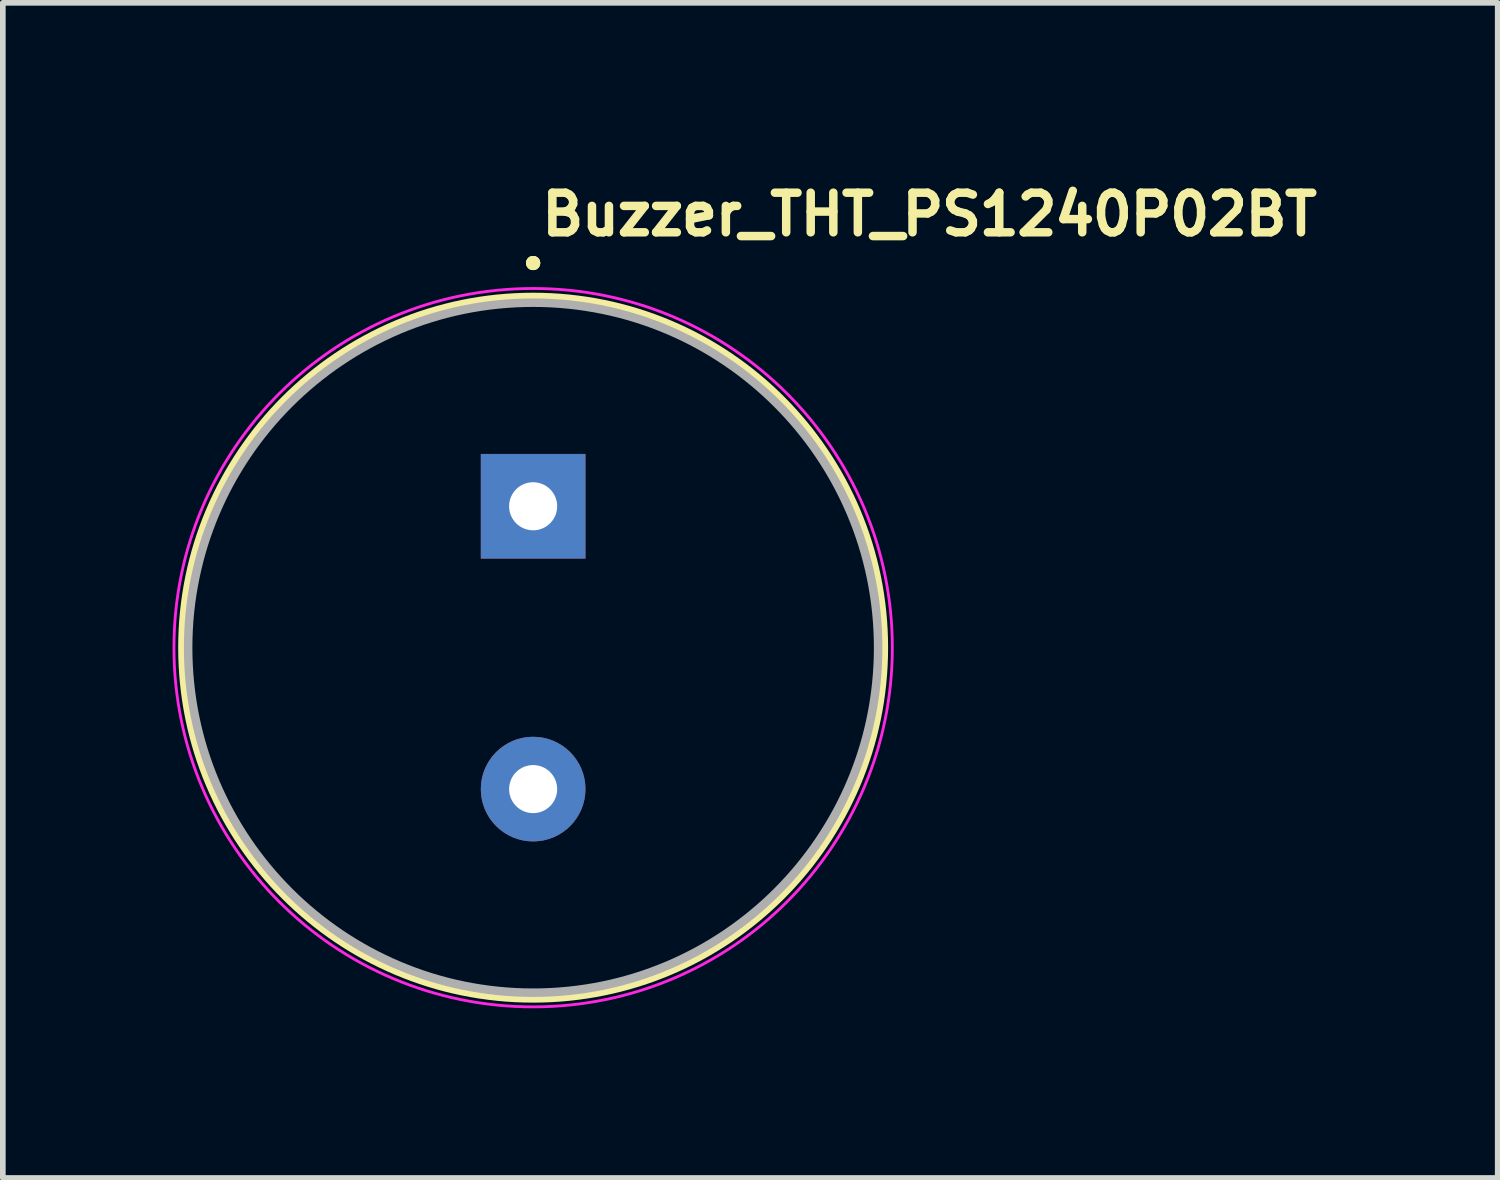
<source format=kicad_pcb>
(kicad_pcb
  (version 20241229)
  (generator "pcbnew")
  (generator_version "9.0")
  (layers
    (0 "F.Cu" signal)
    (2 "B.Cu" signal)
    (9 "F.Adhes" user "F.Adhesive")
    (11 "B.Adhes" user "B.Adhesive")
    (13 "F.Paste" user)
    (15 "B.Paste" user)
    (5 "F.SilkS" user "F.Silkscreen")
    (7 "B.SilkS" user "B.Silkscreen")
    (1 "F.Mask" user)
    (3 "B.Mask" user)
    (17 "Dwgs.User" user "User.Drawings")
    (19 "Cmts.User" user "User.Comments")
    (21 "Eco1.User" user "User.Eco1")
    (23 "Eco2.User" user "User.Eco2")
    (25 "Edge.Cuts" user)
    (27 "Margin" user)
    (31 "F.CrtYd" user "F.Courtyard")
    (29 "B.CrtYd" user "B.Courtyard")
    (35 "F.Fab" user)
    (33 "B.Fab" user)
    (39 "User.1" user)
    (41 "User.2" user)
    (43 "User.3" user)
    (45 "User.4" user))
  (footprint "Buzzer_THT_PS1240P02BT"
    (layer "F.Cu")
    (at 6.375 5.9)
    (property "Reference" "Buzzer_THT_PS1240P02BT" (at 0.075 -4.75 0) (layer "F.SilkS") (effects (font (size 0.7 0.7) (thickness 0.15)) (justify left bottom)))
    (attr through_hole)
    (fp_circle (center 0 -4.3) (end 0.05 -4.3) (stroke (width 0.15) (type solid)) (fill yes) (layer "F.SilkS"))
    (fp_circle (center 0 -4.3) (end 0.05 -4.3) (stroke (width 0.15) (type solid)) (fill yes) (layer "F.SilkS"))
    (fp_circle (center 0 -4.3) (end 0.05 -4.3) (stroke (width 0.15) (type solid)) (fill yes) (layer "F.SilkS"))
    (fp_circle (center 0 2.5) (end 6.2 2.5) (stroke (width 0.15) (type solid)) (fill no) (layer "F.SilkS"))
    (fp_circle (center 0 2.5) (end 6.35 2.5) (stroke (width 0.05) (type solid)) (fill no) (layer "F.CrtYd"))
    (fp_circle (center 0 2.5) (end 6.099 2.5) (stroke (width 0.15) (type solid)) (fill no) (layer "F.Fab"))
    (fp_rect (start -6.099 -3.6) (end 6.099 8.6) (stroke (width 0.1) (type solid)) (fill no) (layer "User.5"))
    (fp_line (start -6.099 2.5) (end -6.099 2.5) (stroke (width 0.02) (type solid)) (layer "User.9"))
    (fp_line (start -6.099 2.5) (end -6.091 2.813) (stroke (width 0.02) (type solid)) (layer "User.9"))
    (fp_line (start -6.091 2.186) (end -6.099 2.5) (stroke (width 0.02) (type solid)) (layer "User.9"))
    (fp_line (start -6.091 2.813) (end -6.067 3.123) (stroke (width 0.02) (type solid)) (layer "User.9"))
    (fp_line (start -6.067 1.875) (end -6.091 2.186) (stroke (width 0.02) (type solid)) (layer "User.9"))
    (fp_line (start -6.067 3.123) (end -6.029 3.428) (stroke (width 0.02) (type solid)) (layer "User.9"))
    (fp_line (start -6.029 1.571) (end -6.067 1.875) (stroke (width 0.02) (type solid)) (layer "User.9"))
    (fp_line (start -6.029 3.428) (end -5.976 3.729) (stroke (width 0.02) (type solid)) (layer "User.9"))
    (fp_line (start -5.976 1.27) (end -6.029 1.571) (stroke (width 0.02) (type solid)) (layer "User.9"))
    (fp_line (start -5.976 3.729) (end -5.907 4.024) (stroke (width 0.02) (type solid)) (layer "User.9"))
    (fp_line (start -5.907 0.975) (end -5.976 1.27) (stroke (width 0.02) (type solid)) (layer "User.9"))
    (fp_line (start -5.907 4.024) (end -5.825 4.313) (stroke (width 0.02) (type solid)) (layer "User.9"))
    (fp_line (start -5.825 0.686) (end -5.907 0.975) (stroke (width 0.02) (type solid)) (layer "User.9"))
    (fp_line (start -5.825 4.313) (end -5.729 4.597) (stroke (width 0.02) (type solid)) (layer "User.9"))
    (fp_line (start -5.729 0.402) (end -5.825 0.686) (stroke (width 0.02) (type solid)) (layer "User.9"))
    (fp_line (start -5.729 4.597) (end -5.62 4.874) (stroke (width 0.02) (type solid)) (layer "User.9"))
    (fp_line (start -5.62 0.125) (end -5.729 0.402) (stroke (width 0.02) (type solid)) (layer "User.9"))
    (fp_line (start -5.62 4.874) (end -5.498 5.144) (stroke (width 0.02) (type solid)) (layer "User.9"))
    (fp_line (start -5.498 -0.144) (end -5.62 0.125) (stroke (width 0.02) (type solid)) (layer "User.9"))
    (fp_line (start -5.498 5.144) (end -5.363 5.407) (stroke (width 0.02) (type solid)) (layer "User.9"))
    (fp_line (start -5.363 -0.406) (end -5.498 -0.144) (stroke (width 0.02) (type solid)) (layer "User.9"))
    (fp_line (start -5.363 5.407) (end -5.216 5.663) (stroke (width 0.02) (type solid)) (layer "User.9"))
    (fp_line (start -5.216 -0.663) (end -5.363 -0.406) (stroke (width 0.02) (type solid)) (layer "User.9"))
    (fp_line (start -5.216 5.663) (end -5.058 5.91) (stroke (width 0.02) (type solid)) (layer "User.9"))
    (fp_line (start -5.058 -0.91) (end -5.216 -0.663) (stroke (width 0.02) (type solid)) (layer "User.9"))
    (fp_line (start -5.058 5.91) (end -4.888 6.149) (stroke (width 0.02) (type solid)) (layer "User.9"))
    (fp_line (start -4.888 -1.149) (end -5.058 -0.91) (stroke (width 0.02) (type solid)) (layer "User.9"))
    (fp_line (start -4.888 6.149) (end -4.707 6.38) (stroke (width 0.02) (type solid)) (layer "User.9"))
    (fp_line (start -4.707 -1.379) (end -4.888 -1.149) (stroke (width 0.02) (type solid)) (layer "User.9"))
    (fp_line (start -4.707 6.38) (end -4.515 6.601) (stroke (width 0.02) (type solid)) (layer "User.9"))
    (fp_line (start -4.515 -1.601) (end -4.707 -1.379) (stroke (width 0.02) (type solid)) (layer "User.9"))
    (fp_line (start -4.515 6.601) (end -4.313 6.813) (stroke (width 0.02) (type solid)) (layer "User.9"))
    (fp_line (start -4.313 -1.813) (end -4.515 -1.601) (stroke (width 0.02) (type solid)) (layer "User.9"))
    (fp_line (start -4.313 6.813) (end -4.101 7.014) (stroke (width 0.02) (type solid)) (layer "User.9"))
    (fp_line (start -4.101 -2.015) (end -4.313 -1.813) (stroke (width 0.02) (type solid)) (layer "User.9"))
    (fp_line (start -4.101 7.014) (end -3.88 7.207) (stroke (width 0.02) (type solid)) (layer "User.9"))
    (fp_line (start -3.88 -2.207) (end -4.101 -2.015) (stroke (width 0.02) (type solid)) (layer "User.9"))
    (fp_line (start -3.88 7.207) (end -3.649 7.388) (stroke (width 0.02) (type solid)) (layer "User.9"))
    (fp_line (start -3.649 -2.388) (end -3.88 -2.207) (stroke (width 0.02) (type solid)) (layer "User.9"))
    (fp_line (start -3.649 7.388) (end -3.41 7.558) (stroke (width 0.02) (type solid)) (layer "User.9"))
    (fp_line (start -3.41 -2.558) (end -3.649 -2.388) (stroke (width 0.02) (type solid)) (layer "User.9"))
    (fp_line (start -3.41 7.558) (end -3.162 7.716) (stroke (width 0.02) (type solid)) (layer "User.9"))
    (fp_line (start -3.162 -2.716) (end -3.41 -2.558) (stroke (width 0.02) (type solid)) (layer "User.9"))
    (fp_line (start -3.162 7.716) (end -2.907 7.863) (stroke (width 0.02) (type solid)) (layer "User.9"))
    (fp_line (start -2.907 -2.863) (end -3.162 -2.716) (stroke (width 0.02) (type solid)) (layer "User.9"))
    (fp_line (start -2.907 7.863) (end -2.644 7.998) (stroke (width 0.02) (type solid)) (layer "User.9"))
    (fp_line (start -2.644 -2.998) (end -2.907 -2.863) (stroke (width 0.02) (type solid)) (layer "User.9"))
    (fp_line (start -2.644 7.998) (end -2.374 8.119) (stroke (width 0.02) (type solid)) (layer "User.9"))
    (fp_line (start -2.374 -3.12) (end -2.644 -2.998) (stroke (width 0.02) (type solid)) (layer "User.9"))
    (fp_line (start -2.374 8.119) (end -2.097 8.228) (stroke (width 0.02) (type solid)) (layer "User.9"))
    (fp_line (start -2.097 -3.229) (end -2.374 -3.12) (stroke (width 0.02) (type solid)) (layer "User.9"))
    (fp_line (start -2.097 8.228) (end -1.813 8.325) (stroke (width 0.02) (type solid)) (layer "User.9"))
    (fp_line (start -1.813 -3.325) (end -2.097 -3.229) (stroke (width 0.02) (type solid)) (layer "User.9"))
    (fp_line (start -1.813 8.325) (end -1.524 8.407) (stroke (width 0.02) (type solid)) (layer "User.9"))
    (fp_line (start -1.524 -3.407) (end -1.813 -3.325) (stroke (width 0.02) (type solid)) (layer "User.9"))
    (fp_line (start -1.524 8.407) (end -1.229 8.476) (stroke (width 0.02) (type solid)) (layer "User.9"))
    (fp_line (start -1.25 2.5) (end -1.25 2.5) (stroke (width 0.02) (type solid)) (layer "User.9"))
    (fp_line (start -1.25 2.5) (end -1.248 2.564) (stroke (width 0.02) (type solid)) (layer "User.9"))
    (fp_line (start -1.248 2.435) (end -1.25 2.5) (stroke (width 0.02) (type solid)) (layer "User.9"))
    (fp_line (start -1.248 2.564) (end -1.243 2.626) (stroke (width 0.02) (type solid)) (layer "User.9"))
    (fp_line (start -1.243 2.372) (end -1.248 2.435) (stroke (width 0.02) (type solid)) (layer "User.9"))
    (fp_line (start -1.243 2.626) (end -1.235 2.69) (stroke (width 0.02) (type solid)) (layer "User.9"))
    (fp_line (start -1.235 2.309) (end -1.243 2.372) (stroke (width 0.02) (type solid)) (layer "User.9"))
    (fp_line (start -1.235 2.69) (end -1.224 2.751) (stroke (width 0.02) (type solid)) (layer "User.9"))
    (fp_line (start -1.229 -3.476) (end -1.524 -3.407) (stroke (width 0.02) (type solid)) (layer "User.9"))
    (fp_line (start -1.229 8.476) (end -0.928 8.529) (stroke (width 0.02) (type solid)) (layer "User.9"))
    (fp_line (start -1.224 2.248) (end -1.235 2.309) (stroke (width 0.02) (type solid)) (layer "User.9"))
    (fp_line (start -1.224 2.751) (end -1.21 2.812) (stroke (width 0.02) (type solid)) (layer "User.9"))
    (fp_line (start -1.21 2.187) (end -1.224 2.248) (stroke (width 0.02) (type solid)) (layer "User.9"))
    (fp_line (start -1.21 2.812) (end -1.193 2.871) (stroke (width 0.02) (type solid)) (layer "User.9"))
    (fp_line (start -1.193 2.128) (end -1.21 2.187) (stroke (width 0.02) (type solid)) (layer "User.9"))
    (fp_line (start -1.193 2.871) (end -1.174 2.928) (stroke (width 0.02) (type solid)) (layer "User.9"))
    (fp_line (start -1.174 2.07) (end -1.193 2.128) (stroke (width 0.02) (type solid)) (layer "User.9"))
    (fp_line (start -1.174 2.928) (end -1.151 2.986) (stroke (width 0.02) (type solid)) (layer "User.9"))
    (fp_line (start -1.151 2.012) (end -1.174 2.07) (stroke (width 0.02) (type solid)) (layer "User.9"))
    (fp_line (start -1.151 2.986) (end -1.125 3.041) (stroke (width 0.02) (type solid)) (layer "User.9"))
    (fp_line (start -1.125 1.958) (end -1.151 2.012) (stroke (width 0.02) (type solid)) (layer "User.9"))
    (fp_line (start -1.125 3.041) (end -1.099 3.095) (stroke (width 0.02) (type solid)) (layer "User.9"))
    (fp_line (start -1.099 1.903) (end -1.125 1.958) (stroke (width 0.02) (type solid)) (layer "User.9"))
    (fp_line (start -1.099 3.095) (end -1.069 3.148) (stroke (width 0.02) (type solid)) (layer "User.9"))
    (fp_line (start -1.069 1.851) (end -1.099 1.903) (stroke (width 0.02) (type solid)) (layer "User.9"))
    (fp_line (start -1.069 3.148) (end -1.036 3.198) (stroke (width 0.02) (type solid)) (layer "User.9"))
    (fp_line (start -1.036 1.801) (end -1.069 1.851) (stroke (width 0.02) (type solid)) (layer "User.9"))
    (fp_line (start -1.036 3.198) (end -1 3.247) (stroke (width 0.02) (type solid)) (layer "User.9"))
    (fp_line (start -1 1.752) (end -1.036 1.801) (stroke (width 0.02) (type solid)) (layer "User.9"))
    (fp_line (start -1 3.247) (end -0.964 3.295) (stroke (width 0.02) (type solid)) (layer "User.9"))
    (fp_line (start -0.964 1.704) (end -1 1.752) (stroke (width 0.02) (type solid)) (layer "User.9"))
    (fp_line (start -0.964 3.295) (end -0.925 3.34) (stroke (width 0.02) (type solid)) (layer "User.9"))
    (fp_line (start -0.928 -3.529) (end -1.229 -3.476) (stroke (width 0.02) (type solid)) (layer "User.9"))
    (fp_line (start -0.928 8.529) (end -0.623 8.568) (stroke (width 0.02) (type solid)) (layer "User.9"))
    (fp_line (start -0.925 1.659) (end -0.964 1.704) (stroke (width 0.02) (type solid)) (layer "User.9"))
    (fp_line (start -0.925 3.34) (end -0.883 3.383) (stroke (width 0.02) (type solid)) (layer "User.9"))
    (fp_line (start -0.883 1.616) (end -0.925 1.659) (stroke (width 0.02) (type solid)) (layer "User.9"))
    (fp_line (start -0.883 3.383) (end -0.84 3.424) (stroke (width 0.02) (type solid)) (layer "User.9"))
    (fp_line (start -0.84 1.574) (end -0.883 1.616) (stroke (width 0.02) (type solid)) (layer "User.9"))
    (fp_line (start -0.84 3.424) (end -0.795 3.464) (stroke (width 0.02) (type solid)) (layer "User.9"))
    (fp_line (start -0.795 1.535) (end -0.84 1.574) (stroke (width 0.02) (type solid)) (layer "User.9"))
    (fp_line (start -0.795 3.464) (end -0.747 3.501) (stroke (width 0.02) (type solid)) (layer "User.9"))
    (fp_line (start -0.747 1.498) (end -0.795 1.535) (stroke (width 0.02) (type solid)) (layer "User.9"))
    (fp_line (start -0.747 3.501) (end -0.697 3.536) (stroke (width 0.02) (type solid)) (layer "User.9"))
    (fp_line (start -0.697 1.463) (end -0.747 1.498) (stroke (width 0.02) (type solid)) (layer "User.9"))
    (fp_line (start -0.697 3.536) (end -0.648 3.569) (stroke (width 0.02) (type solid)) (layer "User.9"))
    (fp_line (start -0.648 1.43) (end -0.697 1.463) (stroke (width 0.02) (type solid)) (layer "User.9"))
    (fp_line (start -0.648 3.569) (end -0.595 3.599) (stroke (width 0.02) (type solid)) (layer "User.9"))
    (fp_line (start -0.623 -3.568) (end -0.928 -3.529) (stroke (width 0.02) (type solid)) (layer "User.9"))
    (fp_line (start -0.623 8.568) (end -0.313 8.592) (stroke (width 0.02) (type solid)) (layer "User.9"))
    (fp_line (start -0.595 1.399) (end -0.648 1.43) (stroke (width 0.02) (type solid)) (layer "User.9"))
    (fp_line (start -0.595 3.599) (end -0.541 3.626) (stroke (width 0.02) (type solid)) (layer "User.9"))
    (fp_line (start -0.541 1.373) (end -0.595 1.399) (stroke (width 0.02) (type solid)) (layer "User.9"))
    (fp_line (start -0.541 3.626) (end -0.486 3.65) (stroke (width 0.02) (type solid)) (layer "User.9"))
    (fp_line (start -0.486 1.348) (end -0.541 1.373) (stroke (width 0.02) (type solid)) (layer "User.9"))
    (fp_line (start -0.486 3.65) (end -0.429 3.674) (stroke (width 0.02) (type solid)) (layer "User.9"))
    (fp_line (start -0.429 1.325) (end -0.486 1.348) (stroke (width 0.02) (type solid)) (layer "User.9"))
    (fp_line (start -0.429 3.674) (end -0.371 3.693) (stroke (width 0.02) (type solid)) (layer "User.9"))
    (fp_line (start -0.371 1.306) (end -0.429 1.325) (stroke (width 0.02) (type solid)) (layer "User.9"))
    (fp_line (start -0.371 3.693) (end -0.312 3.71) (stroke (width 0.02) (type solid)) (layer "User.9"))
    (fp_line (start -0.313 -3.592) (end -0.623 -3.568) (stroke (width 0.02) (type solid)) (layer "User.9"))
    (fp_line (start -0.313 8.592) (end 0 8.6) (stroke (width 0.02) (type solid)) (layer "User.9"))
    (fp_line (start -0.312 1.289) (end -0.371 1.306) (stroke (width 0.02) (type solid)) (layer "User.9"))
    (fp_line (start -0.312 3.71) (end -0.251 3.724) (stroke (width 0.02) (type solid)) (layer "User.9"))
    (fp_line (start -0.251 1.274) (end -0.312 1.289) (stroke (width 0.02) (type solid)) (layer "User.9"))
    (fp_line (start -0.251 3.724) (end -0.19 3.735) (stroke (width 0.02) (type solid)) (layer "User.9"))
    (fp_line (start -0.25 2.5) (end -0.25 2.5) (stroke (width 0.02) (type solid)) (layer "User.9"))
    (fp_line (start -0.25 2.5) (end -0.249 2.512) (stroke (width 0.02) (type solid)) (layer "User.9"))
    (fp_line (start -0.249 2.487) (end -0.25 2.5) (stroke (width 0.02) (type solid)) (layer "User.9"))
    (fp_line (start -0.249 2.512) (end -0.248 2.525) (stroke (width 0.02) (type solid)) (layer "User.9"))
    (fp_line (start -0.248 2.474) (end -0.249 2.487) (stroke (width 0.02) (type solid)) (layer "User.9"))
    (fp_line (start -0.248 2.525) (end -0.247 2.537) (stroke (width 0.02) (type solid)) (layer "User.9"))
    (fp_line (start -0.247 2.461) (end -0.248 2.474) (stroke (width 0.02) (type solid)) (layer "User.9"))
    (fp_line (start -0.247 2.537) (end -0.244 2.549) (stroke (width 0.02) (type solid)) (layer "User.9"))
    (fp_line (start -0.244 2.449) (end -0.247 2.461) (stroke (width 0.02) (type solid)) (layer "User.9"))
    (fp_line (start -0.244 2.549) (end -0.242 2.562) (stroke (width 0.02) (type solid)) (layer "User.9"))
    (fp_line (start -0.242 2.437) (end -0.244 2.449) (stroke (width 0.02) (type solid)) (layer "User.9"))
    (fp_line (start -0.242 2.562) (end -0.237 2.574) (stroke (width 0.02) (type solid)) (layer "User.9"))
    (fp_line (start -0.237 2.424) (end -0.242 2.437) (stroke (width 0.02) (type solid)) (layer "User.9"))
    (fp_line (start -0.237 2.574) (end -0.234 2.585) (stroke (width 0.02) (type solid)) (layer "User.9"))
    (fp_line (start -0.234 2.414) (end -0.237 2.424) (stroke (width 0.02) (type solid)) (layer "User.9"))
    (fp_line (start -0.234 2.585) (end -0.23 2.597) (stroke (width 0.02) (type solid)) (layer "User.9"))
    (fp_line (start -0.23 2.402) (end -0.234 2.414) (stroke (width 0.02) (type solid)) (layer "User.9"))
    (fp_line (start -0.23 2.597) (end -0.225 2.608) (stroke (width 0.02) (type solid)) (layer "User.9"))
    (fp_line (start -0.225 2.391) (end -0.23 2.402) (stroke (width 0.02) (type solid)) (layer "User.9"))
    (fp_line (start -0.225 2.608) (end -0.219 2.619) (stroke (width 0.02) (type solid)) (layer "User.9"))
    (fp_line (start -0.219 2.38) (end -0.225 2.391) (stroke (width 0.02) (type solid)) (layer "User.9"))
    (fp_line (start -0.219 2.619) (end -0.213 2.629) (stroke (width 0.02) (type solid)) (layer "User.9"))
    (fp_line (start -0.213 2.37) (end -0.219 2.38) (stroke (width 0.02) (type solid)) (layer "User.9"))
    (fp_line (start -0.213 2.629) (end -0.206 2.638) (stroke (width 0.02) (type solid)) (layer "User.9"))
    (fp_line (start -0.206 2.36) (end -0.213 2.37) (stroke (width 0.02) (type solid)) (layer "User.9"))
    (fp_line (start -0.206 2.638) (end -0.2 2.649) (stroke (width 0.02) (type solid)) (layer "User.9"))
    (fp_line (start -0.2 2.35) (end -0.206 2.36) (stroke (width 0.02) (type solid)) (layer "User.9"))
    (fp_line (start -0.2 2.649) (end -0.192 2.658) (stroke (width 0.02) (type solid)) (layer "User.9"))
    (fp_line (start -0.192 2.34) (end -0.2 2.35) (stroke (width 0.02) (type solid)) (layer "User.9"))
    (fp_line (start -0.192 2.658) (end -0.185 2.668) (stroke (width 0.02) (type solid)) (layer "User.9"))
    (fp_line (start -0.19 1.264) (end -0.251 1.274) (stroke (width 0.02) (type solid)) (layer "User.9"))
    (fp_line (start -0.19 3.735) (end -0.127 3.743) (stroke (width 0.02) (type solid)) (layer "User.9"))
    (fp_line (start -0.185 2.331) (end -0.192 2.34) (stroke (width 0.02) (type solid)) (layer "User.9"))
    (fp_line (start -0.185 2.668) (end -0.176 2.676) (stroke (width 0.02) (type solid)) (layer "User.9"))
    (fp_line (start -0.176 2.323) (end -0.185 2.331) (stroke (width 0.02) (type solid)) (layer "User.9"))
    (fp_line (start -0.176 2.676) (end -0.168 2.685) (stroke (width 0.02) (type solid)) (layer "User.9"))
    (fp_line (start -0.168 2.314) (end -0.176 2.323) (stroke (width 0.02) (type solid)) (layer "User.9"))
    (fp_line (start -0.168 2.685) (end -0.159 2.692) (stroke (width 0.02) (type solid)) (layer "User.9"))
    (fp_line (start -0.159 2.307) (end -0.168 2.314) (stroke (width 0.02) (type solid)) (layer "User.9"))
    (fp_line (start -0.159 2.692) (end -0.149 2.7) (stroke (width 0.02) (type solid)) (layer "User.9"))
    (fp_line (start -0.149 2.299) (end -0.159 2.307) (stroke (width 0.02) (type solid)) (layer "User.9"))
    (fp_line (start -0.149 2.7) (end -0.139 2.707) (stroke (width 0.02) (type solid)) (layer "User.9"))
    (fp_line (start -0.139 2.291) (end -0.149 2.299) (stroke (width 0.02) (type solid)) (layer "User.9"))
    (fp_line (start -0.139 2.707) (end -0.129 2.713) (stroke (width 0.02) (type solid)) (layer "User.9"))
    (fp_line (start -0.129 2.286) (end -0.139 2.291) (stroke (width 0.02) (type solid)) (layer "User.9"))
    (fp_line (start -0.129 2.713) (end -0.118 2.719) (stroke (width 0.02) (type solid)) (layer "User.9"))
    (fp_line (start -0.127 1.256) (end -0.19 1.264) (stroke (width 0.02) (type solid)) (layer "User.9"))
    (fp_line (start -0.127 3.743) (end -0.064 3.748) (stroke (width 0.02) (type solid)) (layer "User.9"))
    (fp_line (start -0.118 2.279) (end -0.129 2.286) (stroke (width 0.02) (type solid)) (layer "User.9"))
    (fp_line (start -0.118 2.719) (end -0.108 2.725) (stroke (width 0.02) (type solid)) (layer "User.9"))
    (fp_line (start -0.108 2.274) (end -0.118 2.279) (stroke (width 0.02) (type solid)) (layer "User.9"))
    (fp_line (start -0.108 2.725) (end -0.097 2.73) (stroke (width 0.02) (type solid)) (layer "User.9"))
    (fp_line (start -0.097 2.269) (end -0.108 2.274) (stroke (width 0.02) (type solid)) (layer "User.9"))
    (fp_line (start -0.097 2.73) (end -0.085 2.734) (stroke (width 0.02) (type solid)) (layer "User.9"))
    (fp_line (start -0.085 2.265) (end -0.097 2.269) (stroke (width 0.02) (type solid)) (layer "User.9"))
    (fp_line (start -0.085 2.734) (end -0.074 2.738) (stroke (width 0.02) (type solid)) (layer "User.9"))
    (fp_line (start -0.074 2.261) (end -0.085 2.265) (stroke (width 0.02) (type solid)) (layer "User.9"))
    (fp_line (start -0.074 2.738) (end -0.062 2.742) (stroke (width 0.02) (type solid)) (layer "User.9"))
    (fp_line (start -0.064 1.25) (end -0.127 1.256) (stroke (width 0.02) (type solid)) (layer "User.9"))
    (fp_line (start -0.064 3.748) (end 0 3.75) (stroke (width 0.02) (type solid)) (layer "User.9"))
    (fp_line (start -0.062 2.257) (end -0.074 2.261) (stroke (width 0.02) (type solid)) (layer "User.9"))
    (fp_line (start -0.062 2.742) (end -0.05 2.744) (stroke (width 0.02) (type solid)) (layer "User.9"))
    (fp_line (start -0.05 2.255) (end -0.062 2.257) (stroke (width 0.02) (type solid)) (layer "User.9"))
    (fp_line (start -0.05 2.744) (end -0.038 2.747) (stroke (width 0.02) (type solid)) (layer "User.9"))
    (fp_line (start -0.038 2.251) (end -0.05 2.255) (stroke (width 0.02) (type solid)) (layer "User.9"))
    (fp_line (start -0.038 2.747) (end -0.025 2.748) (stroke (width 0.02) (type solid)) (layer "User.9"))
    (fp_line (start -0.025 2.251) (end -0.038 2.251) (stroke (width 0.02) (type solid)) (layer "User.9"))
    (fp_line (start -0.025 2.748) (end -0.012 2.749) (stroke (width 0.02) (type solid)) (layer "User.9"))
    (fp_line (start -0.012 2.25) (end -0.025 2.251) (stroke (width 0.02) (type solid)) (layer "User.9"))
    (fp_line (start -0.012 2.749) (end 0 2.75) (stroke (width 0.02) (type solid)) (layer "User.9"))
    (fp_line (start 0 -3.6) (end -0.313 -3.592) (stroke (width 0.02) (type solid)) (layer "User.9"))
    (fp_line (start 0 -3.6) (end 0 -3.6) (stroke (width 0.02) (type solid)) (layer "User.9"))
    (fp_line (start 0 1.25) (end -0.064 1.25) (stroke (width 0.02) (type solid)) (layer "User.9"))
    (fp_line (start 0 1.25) (end 0 1.25) (stroke (width 0.02) (type solid)) (layer "User.9"))
    (fp_line (start 0 2.25) (end -0.012 2.25) (stroke (width 0.02) (type solid)) (layer "User.9"))
    (fp_line (start 0 2.25) (end 0 2.25) (stroke (width 0.02) (type solid)) (layer "User.9"))
    (fp_line (start 0 2.75) (end 0 2.75) (stroke (width 0.02) (type solid)) (layer "User.9"))
    (fp_line (start 0 2.75) (end 0.012 2.749) (stroke (width 0.02) (type solid)) (layer "User.9"))
    (fp_line (start 0 3.75) (end 0 3.75) (stroke (width 0.02) (type solid)) (layer "User.9"))
    (fp_line (start 0 3.75) (end 0.064 3.748) (stroke (width 0.02) (type solid)) (layer "User.9"))
    (fp_line (start 0 8.6) (end 0 8.6) (stroke (width 0.02) (type solid)) (layer "User.9"))
    (fp_line (start 0 8.6) (end 0.313 8.592) (stroke (width 0.02) (type solid)) (layer "User.9"))
    (fp_line (start 0.012 2.25) (end 0 2.25) (stroke (width 0.02) (type solid)) (layer "User.9"))
    (fp_line (start 0.012 2.749) (end 0.025 2.748) (stroke (width 0.02) (type solid)) (layer "User.9"))
    (fp_line (start 0.025 2.251) (end 0.012 2.25) (stroke (width 0.02) (type solid)) (layer "User.9"))
    (fp_line (start 0.025 2.748) (end 0.038 2.747) (stroke (width 0.02) (type solid)) (layer "User.9"))
    (fp_line (start 0.038 2.251) (end 0.025 2.251) (stroke (width 0.02) (type solid)) (layer "User.9"))
    (fp_line (start 0.038 2.747) (end 0.05 2.744) (stroke (width 0.02) (type solid)) (layer "User.9"))
    (fp_line (start 0.05 2.255) (end 0.038 2.251) (stroke (width 0.02) (type solid)) (layer "User.9"))
    (fp_line (start 0.05 2.744) (end 0.062 2.742) (stroke (width 0.02) (type solid)) (layer "User.9"))
    (fp_line (start 0.062 2.257) (end 0.05 2.255) (stroke (width 0.02) (type solid)) (layer "User.9"))
    (fp_line (start 0.062 2.742) (end 0.074 2.738) (stroke (width 0.02) (type solid)) (layer "User.9"))
    (fp_line (start 0.064 1.25) (end 0 1.25) (stroke (width 0.02) (type solid)) (layer "User.9"))
    (fp_line (start 0.064 3.748) (end 0.127 3.743) (stroke (width 0.02) (type solid)) (layer "User.9"))
    (fp_line (start 0.074 2.261) (end 0.062 2.257) (stroke (width 0.02) (type solid)) (layer "User.9"))
    (fp_line (start 0.074 2.738) (end 0.085 2.734) (stroke (width 0.02) (type solid)) (layer "User.9"))
    (fp_line (start 0.085 2.265) (end 0.074 2.261) (stroke (width 0.02) (type solid)) (layer "User.9"))
    (fp_line (start 0.085 2.734) (end 0.097 2.73) (stroke (width 0.02) (type solid)) (layer "User.9"))
    (fp_line (start 0.097 2.269) (end 0.085 2.265) (stroke (width 0.02) (type solid)) (layer "User.9"))
    (fp_line (start 0.097 2.73) (end 0.108 2.725) (stroke (width 0.02) (type solid)) (layer "User.9"))
    (fp_line (start 0.108 2.274) (end 0.097 2.269) (stroke (width 0.02) (type solid)) (layer "User.9"))
    (fp_line (start 0.108 2.725) (end 0.118 2.719) (stroke (width 0.02) (type solid)) (layer "User.9"))
    (fp_line (start 0.118 2.279) (end 0.108 2.274) (stroke (width 0.02) (type solid)) (layer "User.9"))
    (fp_line (start 0.118 2.719) (end 0.129 2.713) (stroke (width 0.02) (type solid)) (layer "User.9"))
    (fp_line (start 0.127 1.256) (end 0.064 1.25) (stroke (width 0.02) (type solid)) (layer "User.9"))
    (fp_line (start 0.127 3.743) (end 0.19 3.735) (stroke (width 0.02) (type solid)) (layer "User.9"))
    (fp_line (start 0.129 2.286) (end 0.118 2.279) (stroke (width 0.02) (type solid)) (layer "User.9"))
    (fp_line (start 0.129 2.713) (end 0.139 2.707) (stroke (width 0.02) (type solid)) (layer "User.9"))
    (fp_line (start 0.139 2.291) (end 0.129 2.286) (stroke (width 0.02) (type solid)) (layer "User.9"))
    (fp_line (start 0.139 2.707) (end 0.149 2.7) (stroke (width 0.02) (type solid)) (layer "User.9"))
    (fp_line (start 0.149 2.299) (end 0.139 2.291) (stroke (width 0.02) (type solid)) (layer "User.9"))
    (fp_line (start 0.149 2.7) (end 0.159 2.692) (stroke (width 0.02) (type solid)) (layer "User.9"))
    (fp_line (start 0.159 2.307) (end 0.149 2.299) (stroke (width 0.02) (type solid)) (layer "User.9"))
    (fp_line (start 0.159 2.692) (end 0.168 2.685) (stroke (width 0.02) (type solid)) (layer "User.9"))
    (fp_line (start 0.168 2.314) (end 0.159 2.307) (stroke (width 0.02) (type solid)) (layer "User.9"))
    (fp_line (start 0.168 2.685) (end 0.176 2.676) (stroke (width 0.02) (type solid)) (layer "User.9"))
    (fp_line (start 0.176 2.323) (end 0.168 2.314) (stroke (width 0.02) (type solid)) (layer "User.9"))
    (fp_line (start 0.176 2.676) (end 0.185 2.668) (stroke (width 0.02) (type solid)) (layer "User.9"))
    (fp_line (start 0.185 2.331) (end 0.176 2.323) (stroke (width 0.02) (type solid)) (layer "User.9"))
    (fp_line (start 0.185 2.668) (end 0.192 2.658) (stroke (width 0.02) (type solid)) (layer "User.9"))
    (fp_line (start 0.19 1.264) (end 0.127 1.256) (stroke (width 0.02) (type solid)) (layer "User.9"))
    (fp_line (start 0.19 3.735) (end 0.251 3.724) (stroke (width 0.02) (type solid)) (layer "User.9"))
    (fp_line (start 0.192 2.34) (end 0.185 2.331) (stroke (width 0.02) (type solid)) (layer "User.9"))
    (fp_line (start 0.192 2.658) (end 0.2 2.649) (stroke (width 0.02) (type solid)) (layer "User.9"))
    (fp_line (start 0.2 2.35) (end 0.192 2.34) (stroke (width 0.02) (type solid)) (layer "User.9"))
    (fp_line (start 0.2 2.649) (end 0.206 2.638) (stroke (width 0.02) (type solid)) (layer "User.9"))
    (fp_line (start 0.206 2.36) (end 0.2 2.35) (stroke (width 0.02) (type solid)) (layer "User.9"))
    (fp_line (start 0.206 2.638) (end 0.213 2.629) (stroke (width 0.02) (type solid)) (layer "User.9"))
    (fp_line (start 0.213 2.37) (end 0.206 2.36) (stroke (width 0.02) (type solid)) (layer "User.9"))
    (fp_line (start 0.213 2.629) (end 0.219 2.619) (stroke (width 0.02) (type solid)) (layer "User.9"))
    (fp_line (start 0.219 2.38) (end 0.213 2.37) (stroke (width 0.02) (type solid)) (layer "User.9"))
    (fp_line (start 0.219 2.619) (end 0.225 2.608) (stroke (width 0.02) (type solid)) (layer "User.9"))
    (fp_line (start 0.225 2.391) (end 0.219 2.38) (stroke (width 0.02) (type solid)) (layer "User.9"))
    (fp_line (start 0.225 2.608) (end 0.23 2.597) (stroke (width 0.02) (type solid)) (layer "User.9"))
    (fp_line (start 0.23 2.402) (end 0.225 2.391) (stroke (width 0.02) (type solid)) (layer "User.9"))
    (fp_line (start 0.23 2.597) (end 0.234 2.585) (stroke (width 0.02) (type solid)) (layer "User.9"))
    (fp_line (start 0.234 2.414) (end 0.23 2.402) (stroke (width 0.02) (type solid)) (layer "User.9"))
    (fp_line (start 0.234 2.585) (end 0.237 2.574) (stroke (width 0.02) (type solid)) (layer "User.9"))
    (fp_line (start 0.237 2.424) (end 0.234 2.414) (stroke (width 0.02) (type solid)) (layer "User.9"))
    (fp_line (start 0.237 2.574) (end 0.242 2.562) (stroke (width 0.02) (type solid)) (layer "User.9"))
    (fp_line (start 0.242 2.437) (end 0.237 2.424) (stroke (width 0.02) (type solid)) (layer "User.9"))
    (fp_line (start 0.242 2.562) (end 0.244 2.549) (stroke (width 0.02) (type solid)) (layer "User.9"))
    (fp_line (start 0.244 2.449) (end 0.242 2.437) (stroke (width 0.02) (type solid)) (layer "User.9"))
    (fp_line (start 0.244 2.549) (end 0.247 2.537) (stroke (width 0.02) (type solid)) (layer "User.9"))
    (fp_line (start 0.247 2.461) (end 0.244 2.449) (stroke (width 0.02) (type solid)) (layer "User.9"))
    (fp_line (start 0.247 2.537) (end 0.248 2.525) (stroke (width 0.02) (type solid)) (layer "User.9"))
    (fp_line (start 0.248 2.474) (end 0.247 2.461) (stroke (width 0.02) (type solid)) (layer "User.9"))
    (fp_line (start 0.248 2.525) (end 0.249 2.512) (stroke (width 0.02) (type solid)) (layer "User.9"))
    (fp_line (start 0.249 2.487) (end 0.248 2.474) (stroke (width 0.02) (type solid)) (layer "User.9"))
    (fp_line (start 0.249 2.512) (end 0.25 2.5) (stroke (width 0.02) (type solid)) (layer "User.9"))
    (fp_line (start 0.25 2.5) (end 0.249 2.487) (stroke (width 0.02) (type solid)) (layer "User.9"))
    (fp_line (start 0.25 2.5) (end 0.25 2.5) (stroke (width 0.02) (type solid)) (layer "User.9"))
    (fp_line (start 0.25 2.5) (end 0.25 2.5) (stroke (width 0.02) (type solid)) (layer "User.9"))
    (fp_line (start 0.251 1.274) (end 0.19 1.264) (stroke (width 0.02) (type solid)) (layer "User.9"))
    (fp_line (start 0.251 3.724) (end 0.312 3.71) (stroke (width 0.02) (type solid)) (layer "User.9"))
    (fp_line (start 0.312 1.289) (end 0.251 1.274) (stroke (width 0.02) (type solid)) (layer "User.9"))
    (fp_line (start 0.312 3.71) (end 0.371 3.693) (stroke (width 0.02) (type solid)) (layer "User.9"))
    (fp_line (start 0.313 -3.592) (end 0 -3.6) (stroke (width 0.02) (type solid)) (layer "User.9"))
    (fp_line (start 0.313 8.592) (end 0.623 8.568) (stroke (width 0.02) (type solid)) (layer "User.9"))
    (fp_line (start 0.371 1.306) (end 0.312 1.289) (stroke (width 0.02) (type solid)) (layer "User.9"))
    (fp_line (start 0.371 3.693) (end 0.429 3.674) (stroke (width 0.02) (type solid)) (layer "User.9"))
    (fp_line (start 0.429 1.325) (end 0.371 1.306) (stroke (width 0.02) (type solid)) (layer "User.9"))
    (fp_line (start 0.429 3.674) (end 0.486 3.65) (stroke (width 0.02) (type solid)) (layer "User.9"))
    (fp_line (start 0.486 1.348) (end 0.429 1.325) (stroke (width 0.02) (type solid)) (layer "User.9"))
    (fp_line (start 0.486 3.65) (end 0.541 3.626) (stroke (width 0.02) (type solid)) (layer "User.9"))
    (fp_line (start 0.541 1.373) (end 0.486 1.348) (stroke (width 0.02) (type solid)) (layer "User.9"))
    (fp_line (start 0.541 3.626) (end 0.595 3.599) (stroke (width 0.02) (type solid)) (layer "User.9"))
    (fp_line (start 0.595 1.399) (end 0.541 1.373) (stroke (width 0.02) (type solid)) (layer "User.9"))
    (fp_line (start 0.595 3.599) (end 0.648 3.569) (stroke (width 0.02) (type solid)) (layer "User.9"))
    (fp_line (start 0.623 -3.568) (end 0.313 -3.592) (stroke (width 0.02) (type solid)) (layer "User.9"))
    (fp_line (start 0.623 8.568) (end 0.928 8.529) (stroke (width 0.02) (type solid)) (layer "User.9"))
    (fp_line (start 0.648 1.43) (end 0.595 1.399) (stroke (width 0.02) (type solid)) (layer "User.9"))
    (fp_line (start 0.648 3.569) (end 0.697 3.536) (stroke (width 0.02) (type solid)) (layer "User.9"))
    (fp_line (start 0.697 1.463) (end 0.648 1.43) (stroke (width 0.02) (type solid)) (layer "User.9"))
    (fp_line (start 0.697 3.536) (end 0.747 3.501) (stroke (width 0.02) (type solid)) (layer "User.9"))
    (fp_line (start 0.747 1.498) (end 0.697 1.463) (stroke (width 0.02) (type solid)) (layer "User.9"))
    (fp_line (start 0.747 3.501) (end 0.795 3.464) (stroke (width 0.02) (type solid)) (layer "User.9"))
    (fp_line (start 0.795 1.535) (end 0.747 1.498) (stroke (width 0.02) (type solid)) (layer "User.9"))
    (fp_line (start 0.795 3.464) (end 0.84 3.424) (stroke (width 0.02) (type solid)) (layer "User.9"))
    (fp_line (start 0.84 1.574) (end 0.795 1.535) (stroke (width 0.02) (type solid)) (layer "User.9"))
    (fp_line (start 0.84 3.424) (end 0.883 3.383) (stroke (width 0.02) (type solid)) (layer "User.9"))
    (fp_line (start 0.883 1.616) (end 0.84 1.574) (stroke (width 0.02) (type solid)) (layer "User.9"))
    (fp_line (start 0.883 3.383) (end 0.925 3.34) (stroke (width 0.02) (type solid)) (layer "User.9"))
    (fp_line (start 0.925 1.659) (end 0.883 1.616) (stroke (width 0.02) (type solid)) (layer "User.9"))
    (fp_line (start 0.925 3.34) (end 0.964 3.295) (stroke (width 0.02) (type solid)) (layer "User.9"))
    (fp_line (start 0.928 -3.529) (end 0.623 -3.568) (stroke (width 0.02) (type solid)) (layer "User.9"))
    (fp_line (start 0.928 8.529) (end 1.229 8.476) (stroke (width 0.02) (type solid)) (layer "User.9"))
    (fp_line (start 0.964 1.704) (end 0.925 1.659) (stroke (width 0.02) (type solid)) (layer "User.9"))
    (fp_line (start 0.964 3.295) (end 1 3.247) (stroke (width 0.02) (type solid)) (layer "User.9"))
    (fp_line (start 1 1.752) (end 0.964 1.704) (stroke (width 0.02) (type solid)) (layer "User.9"))
    (fp_line (start 1 3.247) (end 1.036 3.198) (stroke (width 0.02) (type solid)) (layer "User.9"))
    (fp_line (start 1.036 1.801) (end 1 1.752) (stroke (width 0.02) (type solid)) (layer "User.9"))
    (fp_line (start 1.036 3.198) (end 1.069 3.148) (stroke (width 0.02) (type solid)) (layer "User.9"))
    (fp_line (start 1.069 1.851) (end 1.036 1.801) (stroke (width 0.02) (type solid)) (layer "User.9"))
    (fp_line (start 1.069 3.148) (end 1.099 3.095) (stroke (width 0.02) (type solid)) (layer "User.9"))
    (fp_line (start 1.099 1.903) (end 1.069 1.851) (stroke (width 0.02) (type solid)) (layer "User.9"))
    (fp_line (start 1.099 3.095) (end 1.125 3.041) (stroke (width 0.02) (type solid)) (layer "User.9"))
    (fp_line (start 1.125 1.958) (end 1.099 1.903) (stroke (width 0.02) (type solid)) (layer "User.9"))
    (fp_line (start 1.125 3.041) (end 1.151 2.986) (stroke (width 0.02) (type solid)) (layer "User.9"))
    (fp_line (start 1.151 2.012) (end 1.125 1.958) (stroke (width 0.02) (type solid)) (layer "User.9"))
    (fp_line (start 1.151 2.986) (end 1.174 2.928) (stroke (width 0.02) (type solid)) (layer "User.9"))
    (fp_line (start 1.174 2.07) (end 1.151 2.012) (stroke (width 0.02) (type solid)) (layer "User.9"))
    (fp_line (start 1.174 2.928) (end 1.193 2.871) (stroke (width 0.02) (type solid)) (layer "User.9"))
    (fp_line (start 1.193 2.128) (end 1.174 2.07) (stroke (width 0.02) (type solid)) (layer "User.9"))
    (fp_line (start 1.193 2.871) (end 1.21 2.812) (stroke (width 0.02) (type solid)) (layer "User.9"))
    (fp_line (start 1.21 2.187) (end 1.193 2.128) (stroke (width 0.02) (type solid)) (layer "User.9"))
    (fp_line (start 1.21 2.812) (end 1.224 2.751) (stroke (width 0.02) (type solid)) (layer "User.9"))
    (fp_line (start 1.224 2.248) (end 1.21 2.187) (stroke (width 0.02) (type solid)) (layer "User.9"))
    (fp_line (start 1.224 2.751) (end 1.235 2.69) (stroke (width 0.02) (type solid)) (layer "User.9"))
    (fp_line (start 1.229 -3.476) (end 0.928 -3.529) (stroke (width 0.02) (type solid)) (layer "User.9"))
    (fp_line (start 1.229 8.476) (end 1.524 8.407) (stroke (width 0.02) (type solid)) (layer "User.9"))
    (fp_line (start 1.235 2.309) (end 1.224 2.248) (stroke (width 0.02) (type solid)) (layer "User.9"))
    (fp_line (start 1.235 2.69) (end 1.243 2.626) (stroke (width 0.02) (type solid)) (layer "User.9"))
    (fp_line (start 1.243 2.372) (end 1.235 2.309) (stroke (width 0.02) (type solid)) (layer "User.9"))
    (fp_line (start 1.243 2.626) (end 1.248 2.564) (stroke (width 0.02) (type solid)) (layer "User.9"))
    (fp_line (start 1.248 2.435) (end 1.243 2.372) (stroke (width 0.02) (type solid)) (layer "User.9"))
    (fp_line (start 1.248 2.564) (end 1.25 2.5) (stroke (width 0.02) (type solid)) (layer "User.9"))
    (fp_line (start 1.25 2.5) (end 1.248 2.435) (stroke (width 0.02) (type solid)) (layer "User.9"))
    (fp_line (start 1.25 2.5) (end 1.25 2.5) (stroke (width 0.02) (type solid)) (layer "User.9"))
    (fp_line (start 1.25 2.5) (end 1.25 2.5) (stroke (width 0.02) (type solid)) (layer "User.9"))
    (fp_line (start 1.524 -3.407) (end 1.229 -3.476) (stroke (width 0.02) (type solid)) (layer "User.9"))
    (fp_line (start 1.524 8.407) (end 1.813 8.325) (stroke (width 0.02) (type solid)) (layer "User.9"))
    (fp_line (start 1.813 -3.325) (end 1.524 -3.407) (stroke (width 0.02) (type solid)) (layer "User.9"))
    (fp_line (start 1.813 8.325) (end 2.097 8.228) (stroke (width 0.02) (type solid)) (layer "User.9"))
    (fp_line (start 2.097 -3.229) (end 1.813 -3.325) (stroke (width 0.02) (type solid)) (layer "User.9"))
    (fp_line (start 2.097 8.228) (end 2.374 8.119) (stroke (width 0.02) (type solid)) (layer "User.9"))
    (fp_line (start 2.374 -3.12) (end 2.097 -3.229) (stroke (width 0.02) (type solid)) (layer "User.9"))
    (fp_line (start 2.374 8.119) (end 2.644 7.998) (stroke (width 0.02) (type solid)) (layer "User.9"))
    (fp_line (start 2.644 -2.998) (end 2.374 -3.12) (stroke (width 0.02) (type solid)) (layer "User.9"))
    (fp_line (start 2.644 7.998) (end 2.907 7.863) (stroke (width 0.02) (type solid)) (layer "User.9"))
    (fp_line (start 2.907 -2.863) (end 2.644 -2.998) (stroke (width 0.02) (type solid)) (layer "User.9"))
    (fp_line (start 2.907 7.863) (end 3.162 7.716) (stroke (width 0.02) (type solid)) (layer "User.9"))
    (fp_line (start 3.162 -2.716) (end 2.907 -2.863) (stroke (width 0.02) (type solid)) (layer "User.9"))
    (fp_line (start 3.162 7.716) (end 3.41 7.558) (stroke (width 0.02) (type solid)) (layer "User.9"))
    (fp_line (start 3.41 -2.558) (end 3.162 -2.716) (stroke (width 0.02) (type solid)) (layer "User.9"))
    (fp_line (start 3.41 7.558) (end 3.649 7.388) (stroke (width 0.02) (type solid)) (layer "User.9"))
    (fp_line (start 3.649 -2.388) (end 3.41 -2.558) (stroke (width 0.02) (type solid)) (layer "User.9"))
    (fp_line (start 3.649 7.388) (end 3.88 7.207) (stroke (width 0.02) (type solid)) (layer "User.9"))
    (fp_line (start 3.88 -2.207) (end 3.649 -2.388) (stroke (width 0.02) (type solid)) (layer "User.9"))
    (fp_line (start 3.88 7.207) (end 4.101 7.014) (stroke (width 0.02) (type solid)) (layer "User.9"))
    (fp_line (start 4.101 -2.015) (end 3.88 -2.207) (stroke (width 0.02) (type solid)) (layer "User.9"))
    (fp_line (start 4.101 7.014) (end 4.313 6.813) (stroke (width 0.02) (type solid)) (layer "User.9"))
    (fp_line (start 4.313 -1.813) (end 4.101 -2.015) (stroke (width 0.02) (type solid)) (layer "User.9"))
    (fp_line (start 4.313 6.813) (end 4.515 6.601) (stroke (width 0.02) (type solid)) (layer "User.9"))
    (fp_line (start 4.515 -1.601) (end 4.313 -1.813) (stroke (width 0.02) (type solid)) (layer "User.9"))
    (fp_line (start 4.515 6.601) (end 4.707 6.38) (stroke (width 0.02) (type solid)) (layer "User.9"))
    (fp_line (start 4.707 -1.379) (end 4.515 -1.601) (stroke (width 0.02) (type solid)) (layer "User.9"))
    (fp_line (start 4.707 6.38) (end 4.888 6.149) (stroke (width 0.02) (type solid)) (layer "User.9"))
    (fp_line (start 4.888 -1.149) (end 4.707 -1.379) (stroke (width 0.02) (type solid)) (layer "User.9"))
    (fp_line (start 4.888 6.149) (end 5.058 5.91) (stroke (width 0.02) (type solid)) (layer "User.9"))
    (fp_line (start 5.058 -0.91) (end 4.888 -1.149) (stroke (width 0.02) (type solid)) (layer "User.9"))
    (fp_line (start 5.058 5.91) (end 5.216 5.663) (stroke (width 0.02) (type solid)) (layer "User.9"))
    (fp_line (start 5.216 -0.663) (end 5.058 -0.91) (stroke (width 0.02) (type solid)) (layer "User.9"))
    (fp_line (start 5.216 5.663) (end 5.363 5.407) (stroke (width 0.02) (type solid)) (layer "User.9"))
    (fp_line (start 5.363 -0.406) (end 5.216 -0.663) (stroke (width 0.02) (type solid)) (layer "User.9"))
    (fp_line (start 5.363 5.407) (end 5.498 5.144) (stroke (width 0.02) (type solid)) (layer "User.9"))
    (fp_line (start 5.498 -0.144) (end 5.363 -0.406) (stroke (width 0.02) (type solid)) (layer "User.9"))
    (fp_line (start 5.498 5.144) (end 5.62 4.874) (stroke (width 0.02) (type solid)) (layer "User.9"))
    (fp_line (start 5.62 0.125) (end 5.498 -0.144) (stroke (width 0.02) (type solid)) (layer "User.9"))
    (fp_line (start 5.62 4.874) (end 5.729 4.597) (stroke (width 0.02) (type solid)) (layer "User.9"))
    (fp_line (start 5.729 0.402) (end 5.62 0.125) (stroke (width 0.02) (type solid)) (layer "User.9"))
    (fp_line (start 5.729 4.597) (end 5.825 4.313) (stroke (width 0.02) (type solid)) (layer "User.9"))
    (fp_line (start 5.825 0.686) (end 5.729 0.402) (stroke (width 0.02) (type solid)) (layer "User.9"))
    (fp_line (start 5.825 4.313) (end 5.907 4.024) (stroke (width 0.02) (type solid)) (layer "User.9"))
    (fp_line (start 5.907 0.975) (end 5.825 0.686) (stroke (width 0.02) (type solid)) (layer "User.9"))
    (fp_line (start 5.907 4.024) (end 5.976 3.729) (stroke (width 0.02) (type solid)) (layer "User.9"))
    (fp_line (start 5.976 1.27) (end 5.907 0.975) (stroke (width 0.02) (type solid)) (layer "User.9"))
    (fp_line (start 5.976 3.729) (end 6.029 3.428) (stroke (width 0.02) (type solid)) (layer "User.9"))
    (fp_line (start 6.029 1.571) (end 5.976 1.27) (stroke (width 0.02) (type solid)) (layer "User.9"))
    (fp_line (start 6.029 3.428) (end 6.067 3.123) (stroke (width 0.02) (type solid)) (layer "User.9"))
    (fp_line (start 6.067 1.875) (end 6.029 1.571) (stroke (width 0.02) (type solid)) (layer "User.9"))
    (fp_line (start 6.067 3.123) (end 6.091 2.813) (stroke (width 0.02) (type solid)) (layer "User.9"))
    (fp_line (start 6.091 2.186) (end 6.067 1.875) (stroke (width 0.02) (type solid)) (layer "User.9"))
    (fp_line (start 6.091 2.813) (end 6.099 2.5) (stroke (width 0.02) (type solid)) (layer "User.9"))
    (fp_line (start 6.099 2.5) (end 6.091 2.186) (stroke (width 0.02) (type solid)) (layer "User.9"))
    (fp_line (start 6.099 2.5) (end 6.099 2.5) (stroke (width 0.02) (type solid)) (layer "User.9"))
    (fp_line (start 6.099 2.5) (end 6.099 2.5) (stroke (width 0.02) (type solid)) (layer "User.9"))
    (pad "1" thru_hole rect (at 0 0) (size 1.85 1.85) (drill 0.85) (layers "*.Cu" "*.Mask"))
    (pad "2" thru_hole circle (at 0 5) (size 1.85 1.85) (drill 0.85) (layers "*.Cu" "*.Mask")))
  (gr_rect
    (start -3 -3)
    (end 23.427 17.775)
    (stroke (width 0.1) (type default))
    (fill no)
    (layer "Edge.Cuts")))
</source>
